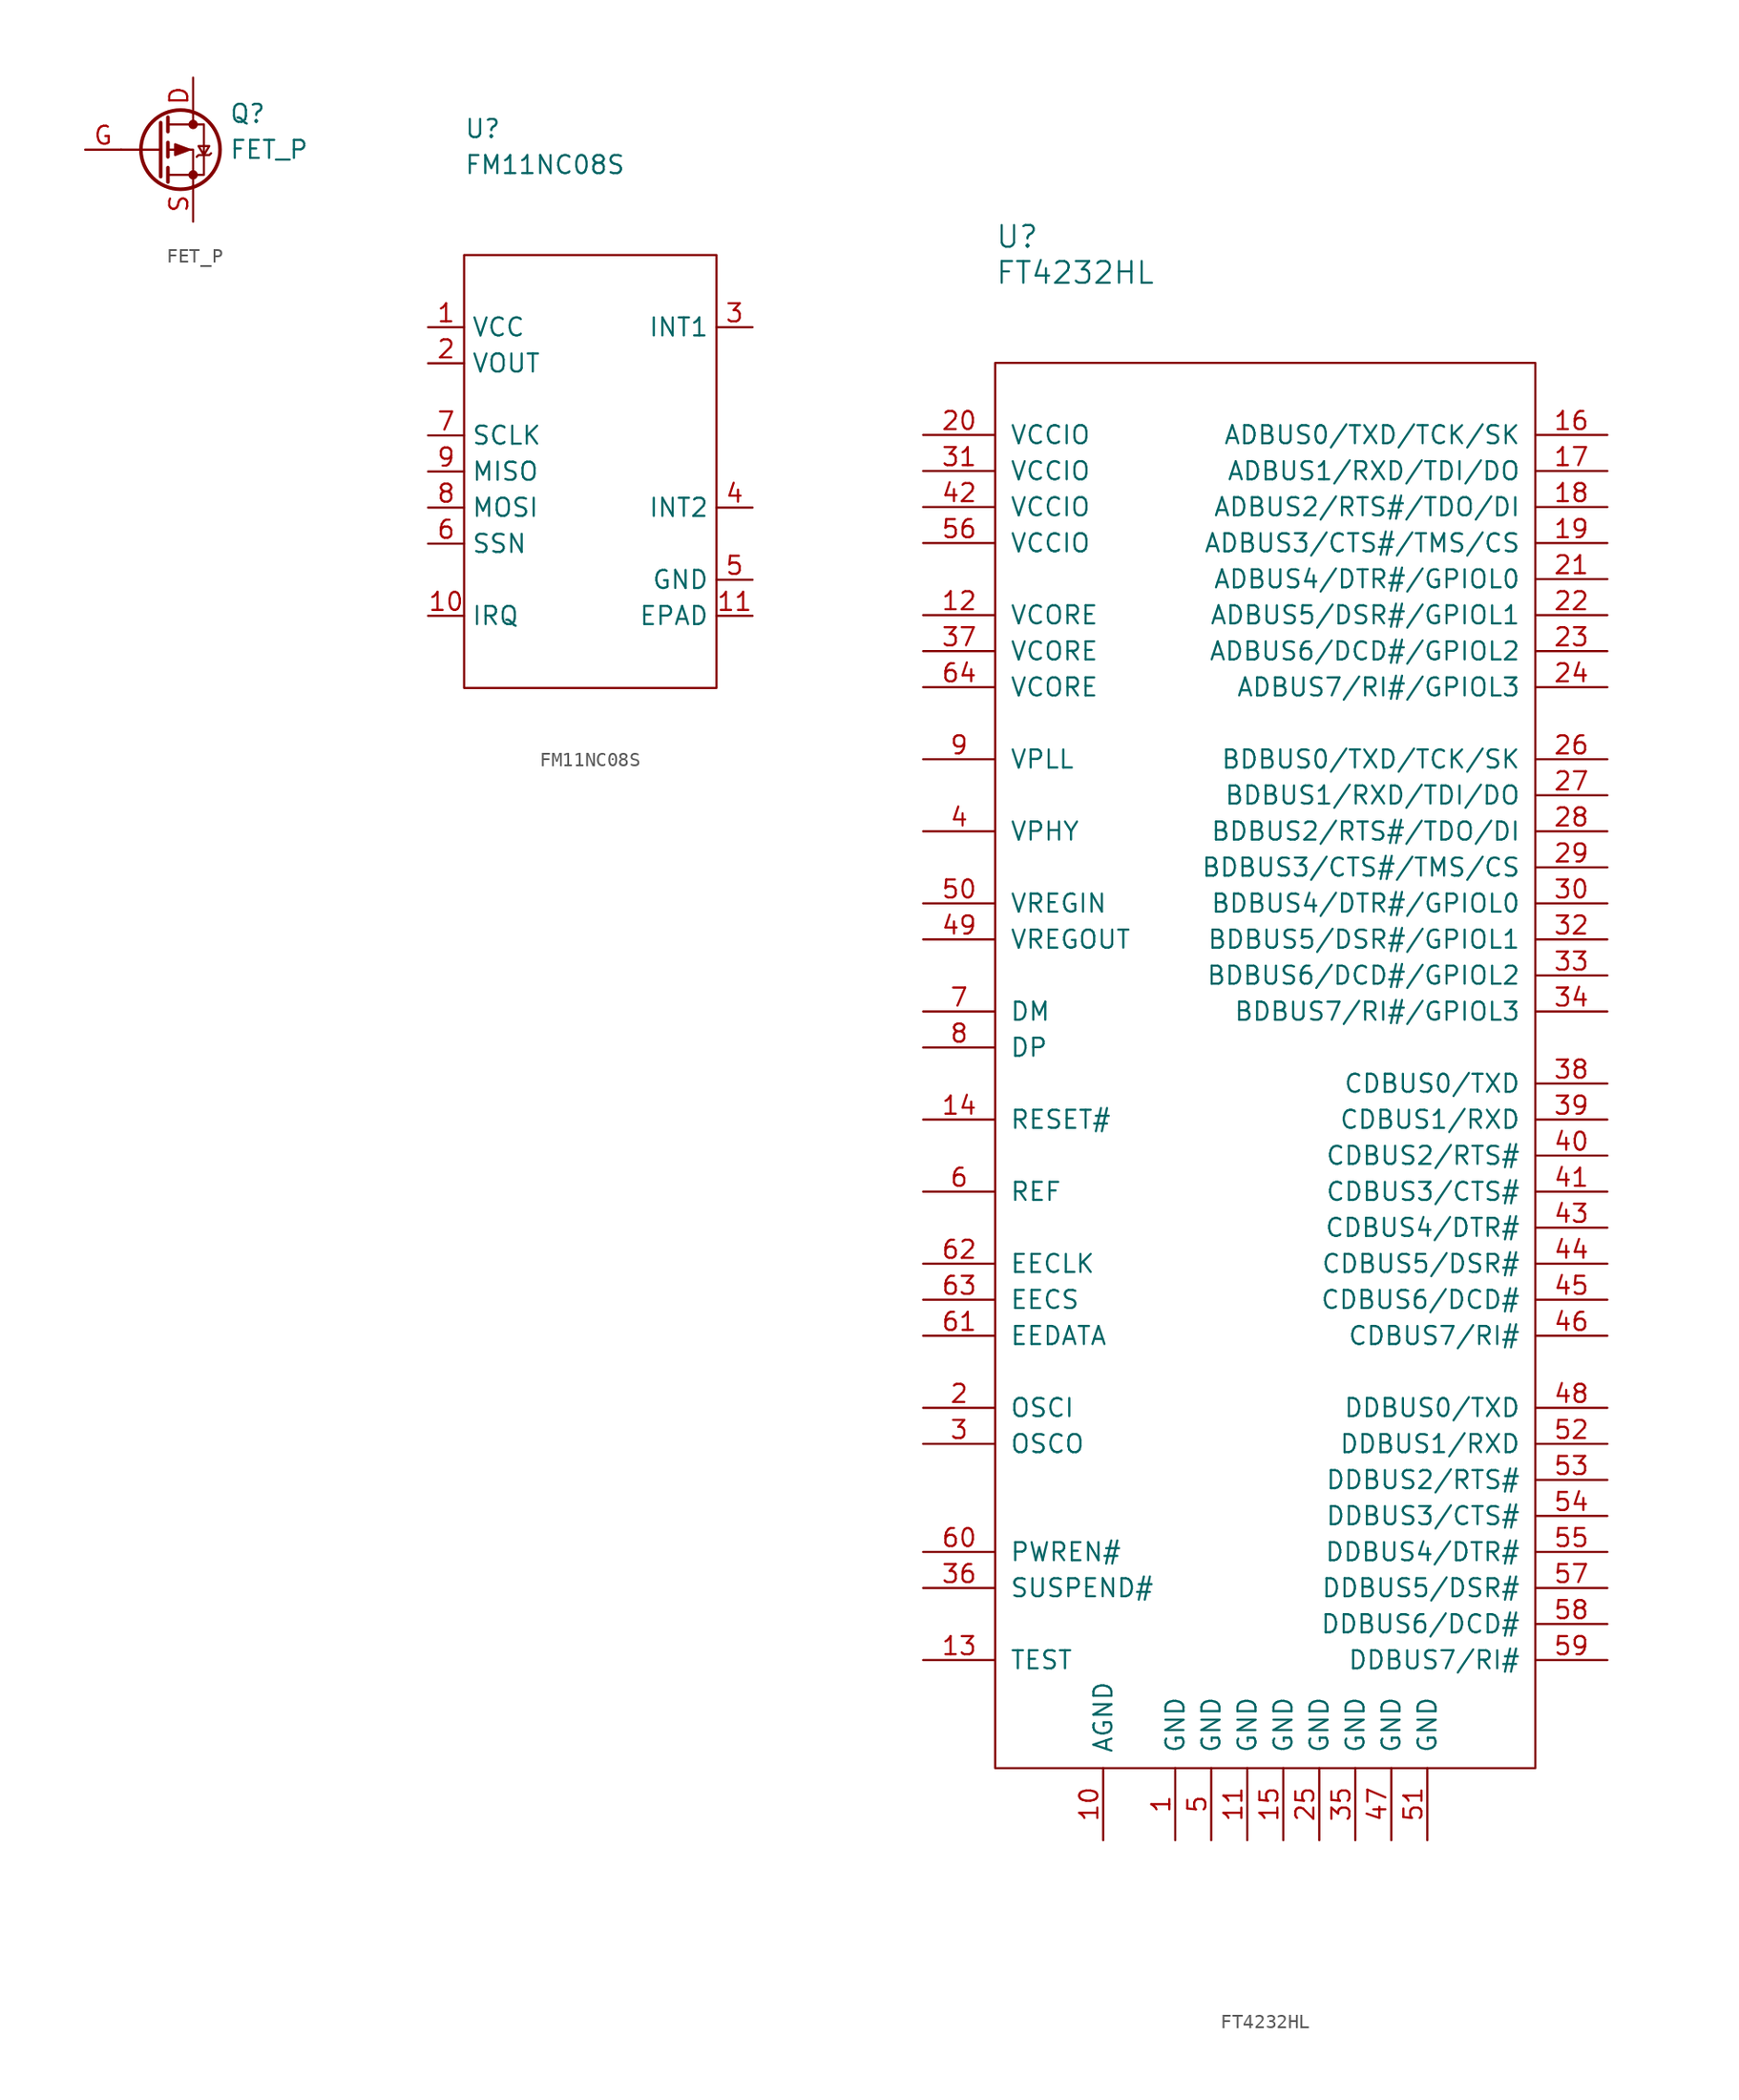
<source format=kicad_sym>
(kicad_symbol_lib
  (version 20211014)
  (generator kicad_symbol_editor)
  (symbol "FET_P"
    (pin_names hide)
    (property "Reference" "Q"
      (at 5.08 2.54 0)
      (effects (font (size 1.27 1.27)) (justify left)))
    (property "Value" "FET_P"
      (at 5.08 0 0)
      (effects (font (size 1.27 1.27)) (justify left)))
    (symbol "FET_P_0_1"
      (polyline (pts (xy 0.254 0) (xy -2.54 0)) (stroke (width 0) (type default) (color 0 0 0 0)) (fill (type none)))
      (polyline (pts (xy 0.254 1.905) (xy 0.254 -1.905)) (stroke (width 0.254) (type default) (color 0 0 0 0)) (fill (type none)))
      (polyline (pts (xy 0.762 -1.27) (xy 0.762 -2.286)) (stroke (width 0.254) (type default) (color 0 0 0 0)) (fill (type none)))
      (polyline (pts (xy 0.762 0.508) (xy 0.762 -0.508)) (stroke (width 0.254) (type default) (color 0 0 0 0)) (fill (type none)))
      (polyline (pts (xy 0.762 2.286) (xy 0.762 1.27)) (stroke (width 0.254) (type default) (color 0 0 0 0)) (fill (type none)))
      (polyline (pts (xy 2.54 2.54) (xy 2.54 1.778)) (stroke (width 0) (type default) (color 0 0 0 0)) (fill (type none)))
      (polyline (pts (xy 2.54 -2.54) (xy 2.54 0) (xy 0.762 0)) (stroke (width 0) (type default) (color 0 0 0 0)) (fill (type none)))
      (polyline (pts (xy 0.762 1.778) (xy 3.302 1.778) (xy 3.302 -1.778) (xy 0.762 -1.778)) (stroke (width 0) (type default) (color 0 0 0 0)) (fill (type none)))
      (polyline (pts (xy 2.286 0) (xy 1.27 0.381) (xy 1.27 -0.381) (xy 2.286 0)) (stroke (width 0) (type default) (color 0 0 0 0)) (fill (type outline)))
      (polyline (pts (xy 2.794 -0.508) (xy 2.921 -0.381) (xy 3.683 -0.381) (xy 3.81 -0.254)) (stroke (width 0) (type default) (color 0 0 0 0)) (fill (type none)))
      (polyline (pts (xy 3.302 -0.381) (xy 2.921 0.254) (xy 3.683 0.254) (xy 3.302 -0.381)) (stroke (width 0) (type default) (color 0 0 0 0)) (fill (type none)))
      (circle (center 1.651 0) (radius 2.794) (stroke (width 0.254) (type default) (color 0 0 0 0)) (fill (type none)))
      (circle (center 2.54 -1.778) (radius 0.254) (stroke (width 0) (type default) (color 0 0 0 0)) (fill (type outline)))
      (circle (center 2.54 1.778) (radius 0.254) (stroke (width 0) (type default) (color 0 0 0 0)) (fill (type outline))))
    (symbol "FET_P_1_1"
      (pin passive line (at 2.54 5.08 270) (length 2.54) (name "D" (effects (font (size 1.27 1.27)))) (number "D" (effects (font (size 1.27 1.27)))))
      (pin input line (at -5.08 0 0) (length 2.54) (name "G" (effects (font (size 1.27 1.27)))) (number "G" (effects (font (size 1.27 1.27)))))
      (pin passive line (at 2.54 -5.08 90) (length 2.54) (name "S" (effects (font (size 1.27 1.27)))) (number "S" (effects (font (size 1.27 1.27)))))))
  (symbol "FM11NC08S"
    (property "Reference" "U"
      (at 0 8.89 0)
      (effects (font (size 1.27 1.27)) (justify left)))
    (property "Value" "FM11NC08S"
      (at 0 6.35 0)
      (effects (font (size 1.27 1.27)) (justify left)))
    (symbol "FM11NC08S_0_1"
      (rectangle (start 0 0) (end 17.78 -30.48) (stroke (width 0.152) (type default) (color 0 0 0 0)) (fill (type none))))
    (symbol "FM11NC08S_1_1"
      (pin passive line (at -2.54 -5.08 0) (length 2.54) (name "VCC" (effects (font (size 1.27 1.27)))) (number "1" (effects (font (size 1.27 1.27)))))
      (pin passive line (at -2.54 -25.4 0) (length 2.54) (name "IRQ" (effects (font (size 1.27 1.27)))) (number "10" (effects (font (size 1.27 1.27)))))
      (pin passive line (at 20.32 -25.4 180) (length 2.54) (name "EPAD" (effects (font (size 1.27 1.27)))) (number "11" (effects (font (size 1.27 1.27)))))
      (pin passive line (at -2.54 -7.62 0) (length 2.54) (name "VOUT" (effects (font (size 1.27 1.27)))) (number "2" (effects (font (size 1.27 1.27)))))
      (pin passive line (at 20.32 -5.08 180) (length 2.54) (name "INT1" (effects (font (size 1.27 1.27)))) (number "3" (effects (font (size 1.27 1.27)))))
      (pin passive line (at 20.32 -17.78 180) (length 2.54) (name "INT2" (effects (font (size 1.27 1.27)))) (number "4" (effects (font (size 1.27 1.27)))))
      (pin passive line (at 20.32 -22.86 180) (length 2.54) (name "GND" (effects (font (size 1.27 1.27)))) (number "5" (effects (font (size 1.27 1.27)))))
      (pin passive line (at -2.54 -20.32 0) (length 2.54) (name "SSN" (effects (font (size 1.27 1.27)))) (number "6" (effects (font (size 1.27 1.27)))))
      (pin passive line (at -2.54 -12.7 0) (length 2.54) (name "SCLK" (effects (font (size 1.27 1.27)))) (number "7" (effects (font (size 1.27 1.27)))))
      (pin passive line (at -2.54 -17.78 0) (length 2.54) (name "MOSI" (effects (font (size 1.27 1.27)))) (number "8" (effects (font (size 1.27 1.27)))))
      (pin passive line (at -2.54 -15.24 0) (length 2.54) (name "MISO" (effects (font (size 1.27 1.27)))) (number "9" (effects (font (size 1.27 1.27)))))))
  (symbol "FT4232HL"
    (pin_names
      (offset 1.016))
    (property "Reference" "U"
      (at 0 8.89 0)
      (effects (font (size 1.524 1.524)) (justify left)))
    (property "Value" "FT4232HL"
      (at 0 6.35 0)
      (effects (font (size 1.524 1.524)) (justify left)))
    (symbol "FT4232HL_1_1"
      (rectangle (start 0 0) (end 38.1 -99.06) (stroke (width 0.152) (type default) (color 0 0 0 0)) (fill (type none)))
      (pin passive line (at 12.7 -104.14 90) (length 5.08) (name "GND" (effects (font (size 1.27 1.27)))) (number "1" (effects (font (size 1.27 1.27)))))
      (pin passive line (at 7.62 -104.14 90) (length 5.08) (name "AGND" (effects (font (size 1.27 1.27)))) (number "10" (effects (font (size 1.27 1.27)))))
      (pin passive line (at 17.78 -104.14 90) (length 5.08) (name "GND" (effects (font (size 1.27 1.27)))) (number "11" (effects (font (size 1.27 1.27)))))
      (pin passive line (at -5.08 -17.78 0) (length 5.08) (name "VCORE" (effects (font (size 1.27 1.27)))) (number "12" (effects (font (size 1.27 1.27)))))
      (pin passive line (at -5.08 -91.44 0) (length 5.08) (name "TEST" (effects (font (size 1.27 1.27)))) (number "13" (effects (font (size 1.27 1.27)))))
      (pin passive line (at -5.08 -53.34 0) (length 5.08) (name "RESET#" (effects (font (size 1.27 1.27)))) (number "14" (effects (font (size 1.27 1.27)))))
      (pin passive line (at 20.32 -104.14 90) (length 5.08) (name "GND" (effects (font (size 1.27 1.27)))) (number "15" (effects (font (size 1.27 1.27)))))
      (pin passive line (at 43.18 -5.08 180) (length 5.08) (name "ADBUS0/TXD/TCK/SK" (effects (font (size 1.27 1.27)))) (number "16" (effects (font (size 1.27 1.27)))))
      (pin passive line (at 43.18 -7.62 180) (length 5.08) (name "ADBUS1/RXD/TDI/DO" (effects (font (size 1.27 1.27)))) (number "17" (effects (font (size 1.27 1.27)))))
      (pin passive line (at 43.18 -10.16 180) (length 5.08) (name "ADBUS2/RTS#/TDO/DI" (effects (font (size 1.27 1.27)))) (number "18" (effects (font (size 1.27 1.27)))))
      (pin passive line (at 43.18 -12.7 180) (length 5.08) (name "ADBUS3/CTS#/TMS/CS" (effects (font (size 1.27 1.27)))) (number "19" (effects (font (size 1.27 1.27)))))
      (pin passive line (at -5.08 -73.66 0) (length 5.08) (name "OSCI" (effects (font (size 1.27 1.27)))) (number "2" (effects (font (size 1.27 1.27)))))
      (pin passive line (at -5.08 -5.08 0) (length 5.08) (name "VCCIO" (effects (font (size 1.27 1.27)))) (number "20" (effects (font (size 1.27 1.27)))))
      (pin passive line (at 43.18 -15.24 180) (length 5.08) (name "ADBUS4/DTR#/GPIOL0" (effects (font (size 1.27 1.27)))) (number "21" (effects (font (size 1.27 1.27)))))
      (pin passive line (at 43.18 -17.78 180) (length 5.08) (name "ADBUS5/DSR#/GPIOL1" (effects (font (size 1.27 1.27)))) (number "22" (effects (font (size 1.27 1.27)))))
      (pin passive line (at 43.18 -20.32 180) (length 5.08) (name "ADBUS6/DCD#/GPIOL2" (effects (font (size 1.27 1.27)))) (number "23" (effects (font (size 1.27 1.27)))))
      (pin passive line (at 43.18 -22.86 180) (length 5.08) (name "ADBUS7/RI#/GPIOL3" (effects (font (size 1.27 1.27)))) (number "24" (effects (font (size 1.27 1.27)))))
      (pin passive line (at 22.86 -104.14 90) (length 5.08) (name "GND" (effects (font (size 1.27 1.27)))) (number "25" (effects (font (size 1.27 1.27)))))
      (pin passive line (at 43.18 -27.94 180) (length 5.08) (name "BDBUS0/TXD/TCK/SK" (effects (font (size 1.27 1.27)))) (number "26" (effects (font (size 1.27 1.27)))))
      (pin passive line (at 43.18 -30.48 180) (length 5.08) (name "BDBUS1/RXD/TDI/DO" (effects (font (size 1.27 1.27)))) (number "27" (effects (font (size 1.27 1.27)))))
      (pin passive line (at 43.18 -33.02 180) (length 5.08) (name "BDBUS2/RTS#/TDO/DI" (effects (font (size 1.27 1.27)))) (number "28" (effects (font (size 1.27 1.27)))))
      (pin passive line (at 43.18 -35.56 180) (length 5.08) (name "BDBUS3/CTS#/TMS/CS" (effects (font (size 1.27 1.27)))) (number "29" (effects (font (size 1.27 1.27)))))
      (pin passive line (at -5.08 -76.2 0) (length 5.08) (name "OSCO" (effects (font (size 1.27 1.27)))) (number "3" (effects (font (size 1.27 1.27)))))
      (pin passive line (at 43.18 -38.1 180) (length 5.08) (name "BDBUS4/DTR#/GPIOL0" (effects (font (size 1.27 1.27)))) (number "30" (effects (font (size 1.27 1.27)))))
      (pin passive line (at -5.08 -7.62 0) (length 5.08) (name "VCCIO" (effects (font (size 1.27 1.27)))) (number "31" (effects (font (size 1.27 1.27)))))
      (pin passive line (at 43.18 -40.64 180) (length 5.08) (name "BDBUS5/DSR#/GPIOL1" (effects (font (size 1.27 1.27)))) (number "32" (effects (font (size 1.27 1.27)))))
      (pin passive line (at 43.18 -43.18 180) (length 5.08) (name "BDBUS6/DCD#/GPIOL2" (effects (font (size 1.27 1.27)))) (number "33" (effects (font (size 1.27 1.27)))))
      (pin passive line (at 43.18 -45.72 180) (length 5.08) (name "BDBUS7/RI#/GPIOL3" (effects (font (size 1.27 1.27)))) (number "34" (effects (font (size 1.27 1.27)))))
      (pin passive line (at 25.4 -104.14 90) (length 5.08) (name "GND" (effects (font (size 1.27 1.27)))) (number "35" (effects (font (size 1.27 1.27)))))
      (pin passive line (at -5.08 -86.36 0) (length 5.08) (name "SUSPEND#" (effects (font (size 1.27 1.27)))) (number "36" (effects (font (size 1.27 1.27)))))
      (pin passive line (at -5.08 -20.32 0) (length 5.08) (name "VCORE" (effects (font (size 1.27 1.27)))) (number "37" (effects (font (size 1.27 1.27)))))
      (pin passive line (at 43.18 -50.8 180) (length 5.08) (name "CDBUS0/TXD" (effects (font (size 1.27 1.27)))) (number "38" (effects (font (size 1.27 1.27)))))
      (pin passive line (at 43.18 -53.34 180) (length 5.08) (name "CDBUS1/RXD" (effects (font (size 1.27 1.27)))) (number "39" (effects (font (size 1.27 1.27)))))
      (pin passive line (at -5.08 -33.02 0) (length 5.08) (name "VPHY" (effects (font (size 1.27 1.27)))) (number "4" (effects (font (size 1.27 1.27)))))
      (pin passive line (at 43.18 -55.88 180) (length 5.08) (name "CDBUS2/RTS#" (effects (font (size 1.27 1.27)))) (number "40" (effects (font (size 1.27 1.27)))))
      (pin passive line (at 43.18 -58.42 180) (length 5.08) (name "CDBUS3/CTS#" (effects (font (size 1.27 1.27)))) (number "41" (effects (font (size 1.27 1.27)))))
      (pin passive line (at -5.08 -10.16 0) (length 5.08) (name "VCCIO" (effects (font (size 1.27 1.27)))) (number "42" (effects (font (size 1.27 1.27)))))
      (pin passive line (at 43.18 -60.96 180) (length 5.08) (name "CDBUS4/DTR#" (effects (font (size 1.27 1.27)))) (number "43" (effects (font (size 1.27 1.27)))))
      (pin passive line (at 43.18 -63.5 180) (length 5.08) (name "CDBUS5/DSR#" (effects (font (size 1.27 1.27)))) (number "44" (effects (font (size 1.27 1.27)))))
      (pin passive line (at 43.18 -66.04 180) (length 5.08) (name "CDBUS6/DCD#" (effects (font (size 1.27 1.27)))) (number "45" (effects (font (size 1.27 1.27)))))
      (pin passive line (at 43.18 -68.58 180) (length 5.08) (name "CDBUS7/RI#" (effects (font (size 1.27 1.27)))) (number "46" (effects (font (size 1.27 1.27)))))
      (pin passive line (at 27.94 -104.14 90) (length 5.08) (name "GND" (effects (font (size 1.27 1.27)))) (number "47" (effects (font (size 1.27 1.27)))))
      (pin passive line (at 43.18 -73.66 180) (length 5.08) (name "DDBUS0/TXD" (effects (font (size 1.27 1.27)))) (number "48" (effects (font (size 1.27 1.27)))))
      (pin passive line (at -5.08 -40.64 0) (length 5.08) (name "VREGOUT" (effects (font (size 1.27 1.27)))) (number "49" (effects (font (size 1.27 1.27)))))
      (pin passive line (at 15.24 -104.14 90) (length 5.08) (name "GND" (effects (font (size 1.27 1.27)))) (number "5" (effects (font (size 1.27 1.27)))))
      (pin passive line (at -5.08 -38.1 0) (length 5.08) (name "VREGIN" (effects (font (size 1.27 1.27)))) (number "50" (effects (font (size 1.27 1.27)))))
      (pin passive line (at 30.48 -104.14 90) (length 5.08) (name "GND" (effects (font (size 1.27 1.27)))) (number "51" (effects (font (size 1.27 1.27)))))
      (pin passive line (at 43.18 -76.2 180) (length 5.08) (name "DDBUS1/RXD" (effects (font (size 1.27 1.27)))) (number "52" (effects (font (size 1.27 1.27)))))
      (pin passive line (at 43.18 -78.74 180) (length 5.08) (name "DDBUS2/RTS#" (effects (font (size 1.27 1.27)))) (number "53" (effects (font (size 1.27 1.27)))))
      (pin passive line (at 43.18 -81.28 180) (length 5.08) (name "DDBUS3/CTS#" (effects (font (size 1.27 1.27)))) (number "54" (effects (font (size 1.27 1.27)))))
      (pin passive line (at 43.18 -83.82 180) (length 5.08) (name "DDBUS4/DTR#" (effects (font (size 1.27 1.27)))) (number "55" (effects (font (size 1.27 1.27)))))
      (pin passive line (at -5.08 -12.7 0) (length 5.08) (name "VCCIO" (effects (font (size 1.27 1.27)))) (number "56" (effects (font (size 1.27 1.27)))))
      (pin passive line (at 43.18 -86.36 180) (length 5.08) (name "DDBUS5/DSR#" (effects (font (size 1.27 1.27)))) (number "57" (effects (font (size 1.27 1.27)))))
      (pin passive line (at 43.18 -88.9 180) (length 5.08) (name "DDBUS6/DCD#" (effects (font (size 1.27 1.27)))) (number "58" (effects (font (size 1.27 1.27)))))
      (pin passive line (at 43.18 -91.44 180) (length 5.08) (name "DDBUS7/RI#" (effects (font (size 1.27 1.27)))) (number "59" (effects (font (size 1.27 1.27)))))
      (pin passive line (at -5.08 -58.42 0) (length 5.08) (name "REF" (effects (font (size 1.27 1.27)))) (number "6" (effects (font (size 1.27 1.27)))))
      (pin passive line (at -5.08 -83.82 0) (length 5.08) (name "PWREN#" (effects (font (size 1.27 1.27)))) (number "60" (effects (font (size 1.27 1.27)))))
      (pin passive line (at -5.08 -68.58 0) (length 5.08) (name "EEDATA" (effects (font (size 1.27 1.27)))) (number "61" (effects (font (size 1.27 1.27)))))
      (pin passive line (at -5.08 -63.5 0) (length 5.08) (name "EECLK" (effects (font (size 1.27 1.27)))) (number "62" (effects (font (size 1.27 1.27)))))
      (pin passive line (at -5.08 -66.04 0) (length 5.08) (name "EECS" (effects (font (size 1.27 1.27)))) (number "63" (effects (font (size 1.27 1.27)))))
      (pin passive line (at -5.08 -22.86 0) (length 5.08) (name "VCORE" (effects (font (size 1.27 1.27)))) (number "64" (effects (font (size 1.27 1.27)))))
      (pin passive line (at -5.08 -45.72 0) (length 5.08) (name "DM" (effects (font (size 1.27 1.27)))) (number "7" (effects (font (size 1.27 1.27)))))
      (pin passive line (at -5.08 -48.26 0) (length 5.08) (name "DP" (effects (font (size 1.27 1.27)))) (number "8" (effects (font (size 1.27 1.27)))))
      (pin passive line (at -5.08 -27.94 0) (length 5.08) (name "VPLL" (effects (font (size 1.27 1.27)))) (number "9" (effects (font (size 1.27 1.27))))))))
</source>
